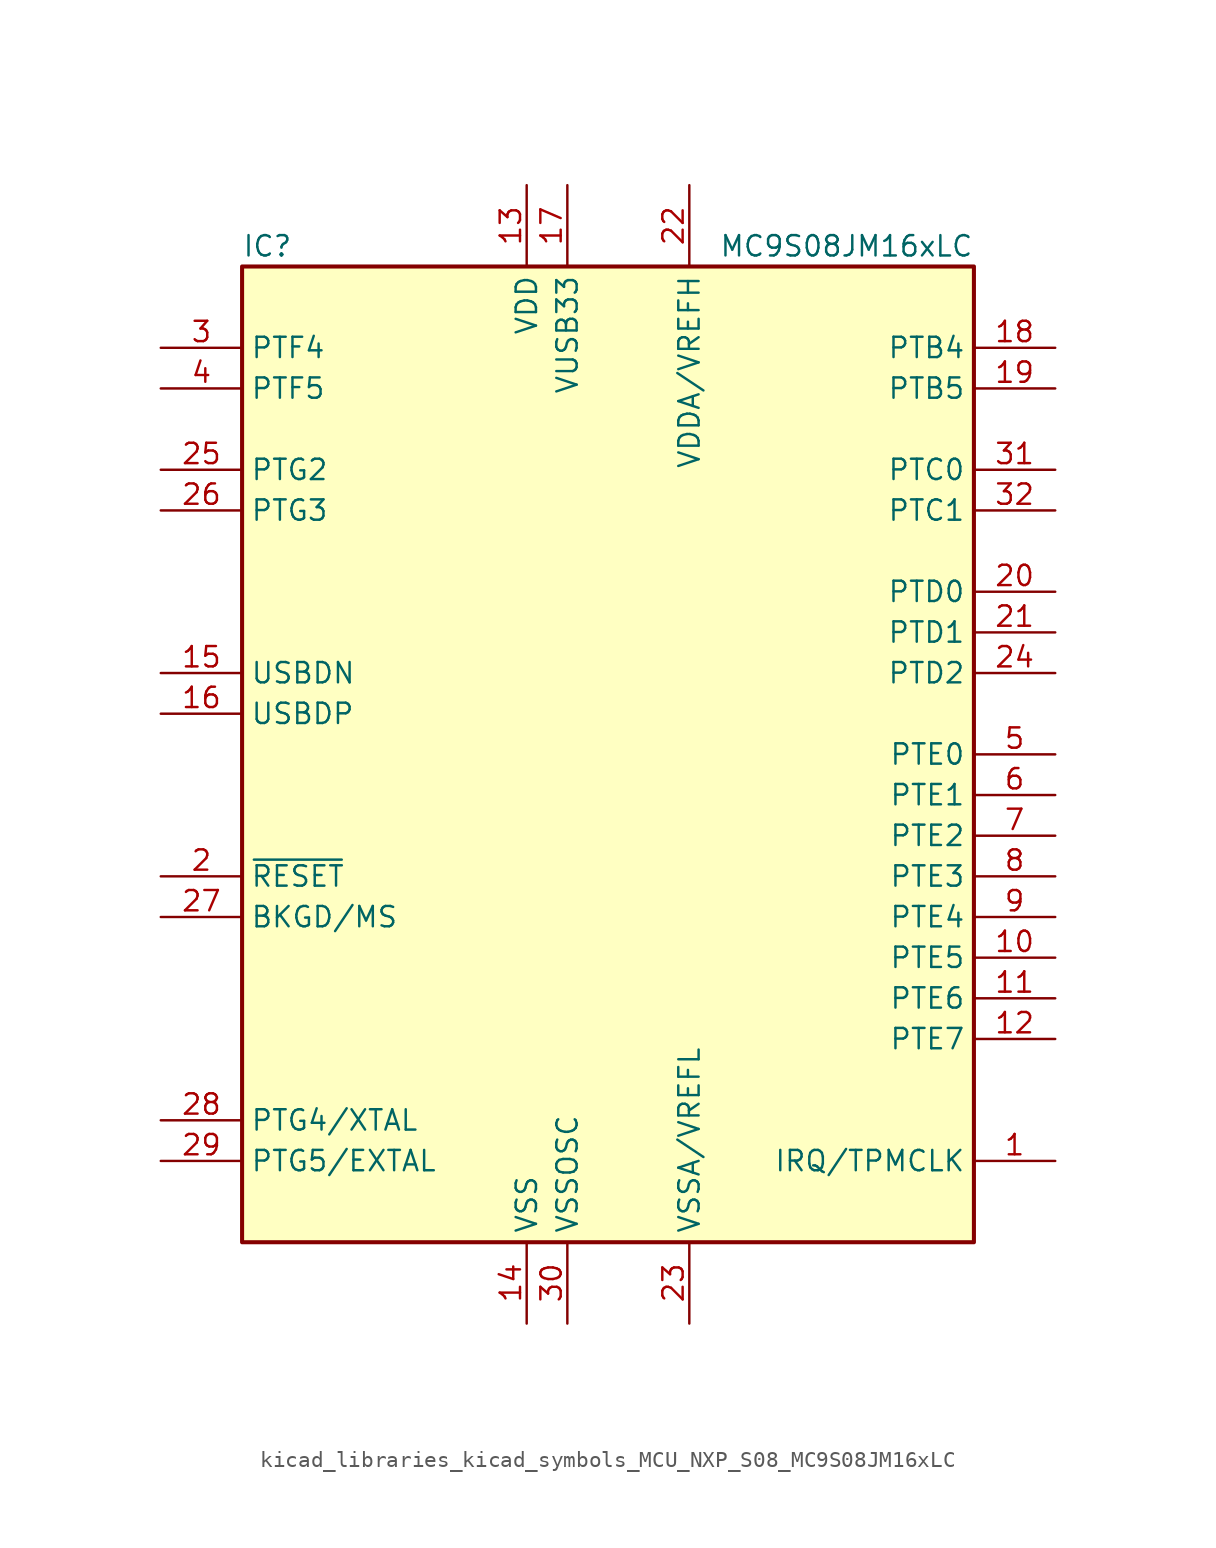
<source format=kicad_sym>
(kicad_symbol_lib
  (version 20220914)
  (generator kicad_symbol_editor)
  (symbol "kicad_libraries_kicad_symbols_MCU_NXP_S08_MC9S08JM16xLC"
    (property "Reference" "IC"
      (at -22.86 31.75 0)
      (effects (font (size 1.27 1.27)) (justify left)))
    (property "Value" "MC9S08JM16xLC"
      (at 22.86 31.75 0)
      (effects (font (size 1.27 1.27)) (justify right)))
    (symbol "kicad_libraries_kicad_symbols_MCU_NXP_S08_MC9S08JM16xLC_0_1"
      (rectangle (start -22.86 30.48) (end 22.86 -30.48) (stroke (width 0.254) (type default)) (fill (type background))))
    (symbol "kicad_libraries_kicad_symbols_MCU_NXP_S08_MC9S08JM16xLC_1_1"
      (pin bidirectional line (at 27.94 -25.4 180) (length 5.08) (name "IRQ/TPMCLK" (effects (font (size 1.27 1.27)))) (number "1" (effects (font (size 1.27 1.27)))))
      (pin bidirectional line (at 27.94 -12.7 180) (length 5.08) (name "PTE5" (effects (font (size 1.27 1.27)))) (number "10" (effects (font (size 1.27 1.27)))))
      (pin bidirectional line (at 27.94 -15.24 180) (length 5.08) (name "PTE6" (effects (font (size 1.27 1.27)))) (number "11" (effects (font (size 1.27 1.27)))))
      (pin bidirectional line (at 27.94 -17.78 180) (length 5.08) (name "PTE7" (effects (font (size 1.27 1.27)))) (number "12" (effects (font (size 1.27 1.27)))))
      (pin power_in line (at -5.08 35.56 270) (length 5.08) (name "VDD" (effects (font (size 1.27 1.27)))) (number "13" (effects (font (size 1.27 1.27)))))
      (pin power_in line (at -5.08 -35.56 90) (length 5.08) (name "VSS" (effects (font (size 1.27 1.27)))) (number "14" (effects (font (size 1.27 1.27)))))
      (pin bidirectional line (at -27.94 5.08 0) (length 5.08) (name "USBDN" (effects (font (size 1.27 1.27)))) (number "15" (effects (font (size 1.27 1.27)))))
      (pin bidirectional line (at -27.94 2.54 0) (length 5.08) (name "USBDP" (effects (font (size 1.27 1.27)))) (number "16" (effects (font (size 1.27 1.27)))))
      (pin power_out line (at -2.54 35.56 270) (length 5.08) (name "VUSB33" (effects (font (size 1.27 1.27)))) (number "17" (effects (font (size 1.27 1.27)))))
      (pin bidirectional line (at 27.94 25.4 180) (length 5.08) (name "PTB4" (effects (font (size 1.27 1.27)))) (number "18" (effects (font (size 1.27 1.27)))))
      (pin bidirectional line (at 27.94 22.86 180) (length 5.08) (name "PTB5" (effects (font (size 1.27 1.27)))) (number "19" (effects (font (size 1.27 1.27)))))
      (pin input line (at -27.94 -7.62 0) (length 5.08) (name "~{RESET}" (effects (font (size 1.27 1.27)))) (number "2" (effects (font (size 1.27 1.27)))))
      (pin bidirectional line (at 27.94 10.16 180) (length 5.08) (name "PTD0" (effects (font (size 1.27 1.27)))) (number "20" (effects (font (size 1.27 1.27)))))
      (pin bidirectional line (at 27.94 7.62 180) (length 5.08) (name "PTD1" (effects (font (size 1.27 1.27)))) (number "21" (effects (font (size 1.27 1.27)))))
      (pin power_in line (at 5.08 35.56 270) (length 5.08) (name "VDDA/VREFH" (effects (font (size 1.27 1.27)))) (number "22" (effects (font (size 1.27 1.27)))))
      (pin power_in line (at 5.08 -35.56 90) (length 5.08) (name "VSSA/VREFL" (effects (font (size 1.27 1.27)))) (number "23" (effects (font (size 1.27 1.27)))))
      (pin bidirectional line (at 27.94 5.08 180) (length 5.08) (name "PTD2" (effects (font (size 1.27 1.27)))) (number "24" (effects (font (size 1.27 1.27)))))
      (pin bidirectional line (at -27.94 17.78 0) (length 5.08) (name "PTG2" (effects (font (size 1.27 1.27)))) (number "25" (effects (font (size 1.27 1.27)))))
      (pin bidirectional line (at -27.94 15.24 0) (length 5.08) (name "PTG3" (effects (font (size 1.27 1.27)))) (number "26" (effects (font (size 1.27 1.27)))))
      (pin bidirectional line (at -27.94 -10.16 0) (length 5.08) (name "BKGD/MS" (effects (font (size 1.27 1.27)))) (number "27" (effects (font (size 1.27 1.27)))))
      (pin bidirectional line (at -27.94 -22.86 0) (length 5.08) (name "PTG4/XTAL" (effects (font (size 1.27 1.27)))) (number "28" (effects (font (size 1.27 1.27)))))
      (pin bidirectional line (at -27.94 -25.4 0) (length 5.08) (name "PTG5/EXTAL" (effects (font (size 1.27 1.27)))) (number "29" (effects (font (size 1.27 1.27)))))
      (pin bidirectional line (at -27.94 25.4 0) (length 5.08) (name "PTF4" (effects (font (size 1.27 1.27)))) (number "3" (effects (font (size 1.27 1.27)))))
      (pin power_in line (at -2.54 -35.56 90) (length 5.08) (name "VSSOSC" (effects (font (size 1.27 1.27)))) (number "30" (effects (font (size 1.27 1.27)))))
      (pin bidirectional line (at 27.94 17.78 180) (length 5.08) (name "PTC0" (effects (font (size 1.27 1.27)))) (number "31" (effects (font (size 1.27 1.27)))))
      (pin bidirectional line (at 27.94 15.24 180) (length 5.08) (name "PTC1" (effects (font (size 1.27 1.27)))) (number "32" (effects (font (size 1.27 1.27)))))
      (pin bidirectional line (at -27.94 22.86 0) (length 5.08) (name "PTF5" (effects (font (size 1.27 1.27)))) (number "4" (effects (font (size 1.27 1.27)))))
      (pin bidirectional line (at 27.94 0 180) (length 5.08) (name "PTE0" (effects (font (size 1.27 1.27)))) (number "5" (effects (font (size 1.27 1.27)))))
      (pin bidirectional line (at 27.94 -2.54 180) (length 5.08) (name "PTE1" (effects (font (size 1.27 1.27)))) (number "6" (effects (font (size 1.27 1.27)))))
      (pin bidirectional line (at 27.94 -5.08 180) (length 5.08) (name "PTE2" (effects (font (size 1.27 1.27)))) (number "7" (effects (font (size 1.27 1.27)))))
      (pin bidirectional line (at 27.94 -7.62 180) (length 5.08) (name "PTE3" (effects (font (size 1.27 1.27)))) (number "8" (effects (font (size 1.27 1.27)))))
      (pin bidirectional line (at 27.94 -10.16 180) (length 5.08) (name "PTE4" (effects (font (size 1.27 1.27)))) (number "9" (effects (font (size 1.27 1.27))))))))
</source>
